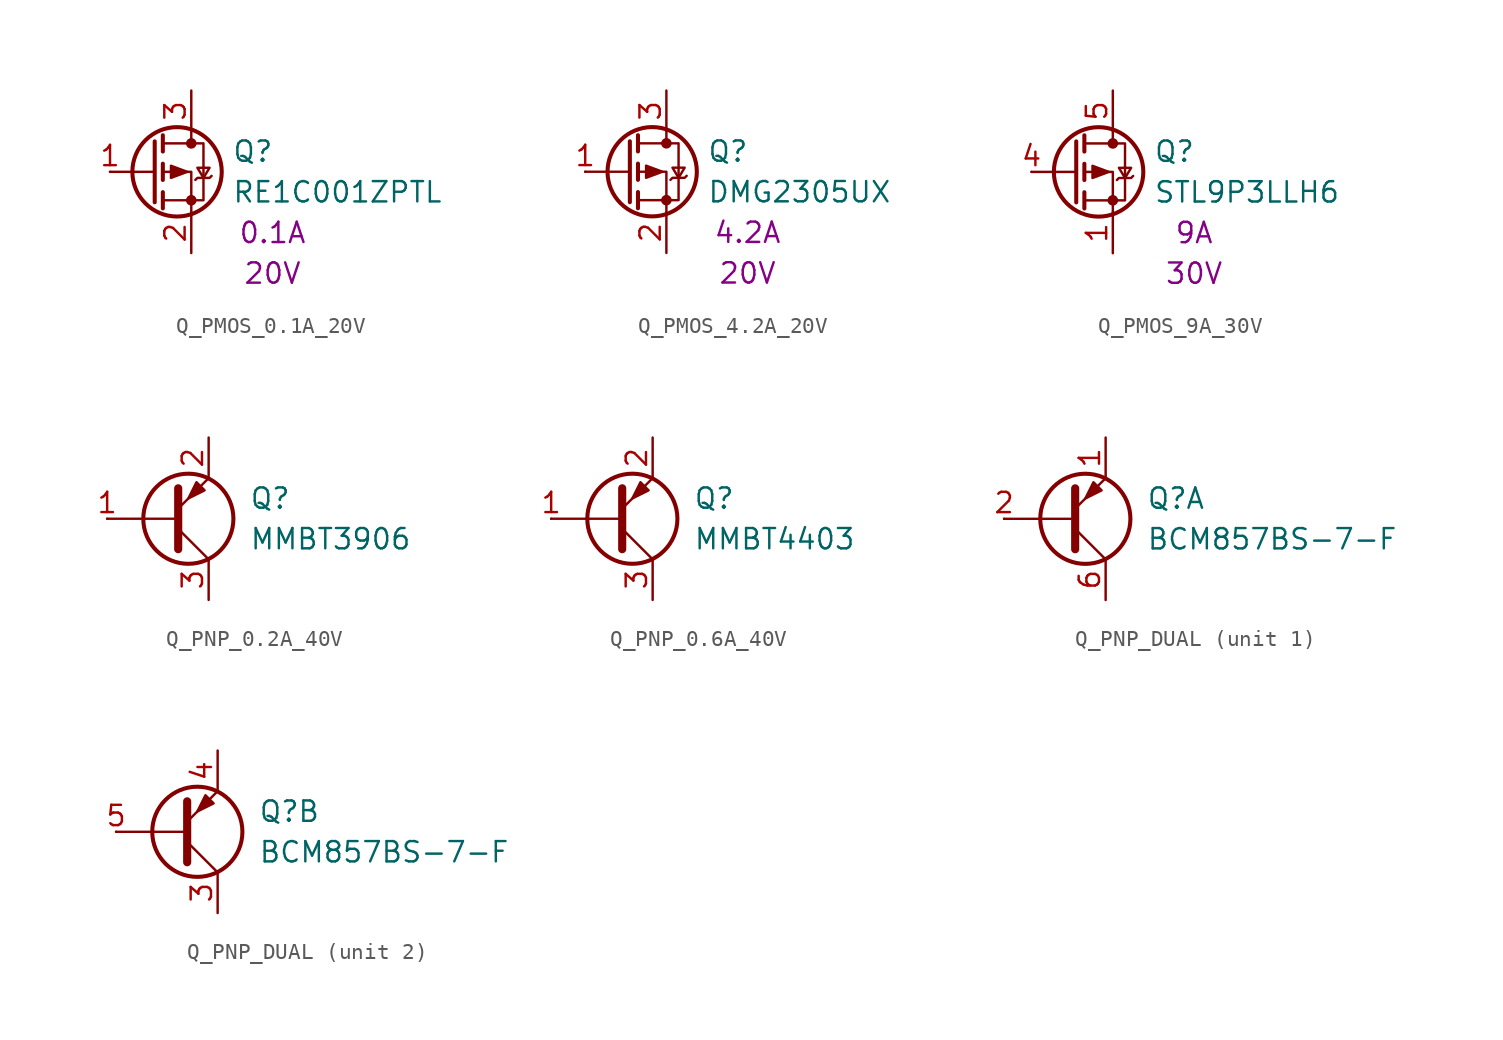
<source format=kicad_sym>
(kicad_symbol_lib
  (version 20231120)
  (generator "kicad_symbol_editor")
  (generator_version "8.0")
  (symbol "Q_PMOS_0.1A_20V"
    (pin_names
      (offset 0) hide)
    (property "Reference" "Q"
      (at 5.08 1.27 0)
      (effects (font (size 1.27 1.27)) (justify left)))
    (property "Value" "RE1C001ZPTL"
      (at 5.08 -1.27 0)
      (effects (font (size 1.27 1.27)) (justify left)))
    (property "IMax" "0.1A"
      (at 7.62 -3.81 0)
      (effects (font (size 1.27 1.27))))
    (property "VMax" "20V"
      (at 7.62 -6.35 0)
      (effects (font (size 1.27 1.27))))
    (symbol "Q_PMOS_0.1A_20V_0_1"
      (polyline (pts (xy 0.254 0) (xy -2.54 0)) (stroke (width 0) (type default)) (fill (type none)))
      (polyline (pts (xy 0.254 1.905) (xy 0.254 -1.905)) (stroke (width 0.254) (type default)) (fill (type none)))
      (polyline (pts (xy 0.762 -1.27) (xy 0.762 -2.286)) (stroke (width 0.254) (type default)) (fill (type none)))
      (polyline (pts (xy 0.762 0.508) (xy 0.762 -0.508)) (stroke (width 0.254) (type default)) (fill (type none)))
      (polyline (pts (xy 0.762 2.286) (xy 0.762 1.27)) (stroke (width 0.254) (type default)) (fill (type none)))
      (polyline (pts (xy 2.54 2.54) (xy 2.54 1.778)) (stroke (width 0) (type default)) (fill (type none)))
      (polyline (pts (xy 2.54 -2.54) (xy 2.54 0) (xy 0.762 0)) (stroke (width 0) (type default)) (fill (type none)))
      (polyline (pts (xy 0.762 1.778) (xy 3.302 1.778) (xy 3.302 -1.778) (xy 0.762 -1.778)) (stroke (width 0) (type default)) (fill (type none)))
      (polyline (pts (xy 2.286 0) (xy 1.27 0.381) (xy 1.27 -0.381) (xy 2.286 0)) (stroke (width 0) (type default)) (fill (type outline)))
      (polyline (pts (xy 2.794 -0.508) (xy 2.921 -0.381) (xy 3.683 -0.381) (xy 3.81 -0.254)) (stroke (width 0) (type default)) (fill (type none)))
      (polyline (pts (xy 3.302 -0.381) (xy 2.921 0.254) (xy 3.683 0.254) (xy 3.302 -0.381)) (stroke (width 0) (type default)) (fill (type none)))
      (circle (center 1.651 0) (radius 2.794) (stroke (width 0.254) (type default)) (fill (type none)))
      (circle (center 2.54 -1.778) (radius 0.254) (stroke (width 0) (type default)) (fill (type outline)))
      (circle (center 2.54 1.778) (radius 0.254) (stroke (width 0) (type default)) (fill (type outline))))
    (symbol "Q_PMOS_0.1A_20V_1_1"
      (pin input line (at -2.54 0 0) (length 0) (name "G" (effects (font (size 1.27 1.27)))) (number "1" (effects (font (size 1.27 1.27)))))
      (pin passive line (at 2.54 -5.08 90) (length 2.54) (name "S" (effects (font (size 1.27 1.27)))) (number "2" (effects (font (size 1.27 1.27)))))
      (pin passive line (at 2.54 5.08 270) (length 2.54) (name "D" (effects (font (size 1.27 1.27)))) (number "3" (effects (font (size 1.27 1.27)))))))
  (symbol "Q_PMOS_4.2A_20V"
    (pin_names
      (offset 0) hide)
    (property "Reference" "Q"
      (at 5.08 1.27 0)
      (effects (font (size 1.27 1.27)) (justify left)))
    (property "Value" "DMG2305UX"
      (at 5.08 -1.27 0)
      (effects (font (size 1.27 1.27)) (justify left)))
    (property "IMax" "4.2A"
      (at 7.62 -3.81 0)
      (effects (font (size 1.27 1.27))))
    (property "VMax" "20V"
      (at 7.62 -6.35 0)
      (effects (font (size 1.27 1.27))))
    (symbol "Q_PMOS_4.2A_20V_0_1"
      (polyline (pts (xy 0.254 0) (xy -2.54 0)) (stroke (width 0) (type default)) (fill (type none)))
      (polyline (pts (xy 0.254 1.905) (xy 0.254 -1.905)) (stroke (width 0.254) (type default)) (fill (type none)))
      (polyline (pts (xy 0.762 -1.27) (xy 0.762 -2.286)) (stroke (width 0.254) (type default)) (fill (type none)))
      (polyline (pts (xy 0.762 0.508) (xy 0.762 -0.508)) (stroke (width 0.254) (type default)) (fill (type none)))
      (polyline (pts (xy 0.762 2.286) (xy 0.762 1.27)) (stroke (width 0.254) (type default)) (fill (type none)))
      (polyline (pts (xy 2.54 2.54) (xy 2.54 1.778)) (stroke (width 0) (type default)) (fill (type none)))
      (polyline (pts (xy 2.54 -2.54) (xy 2.54 0) (xy 0.762 0)) (stroke (width 0) (type default)) (fill (type none)))
      (polyline (pts (xy 0.762 1.778) (xy 3.302 1.778) (xy 3.302 -1.778) (xy 0.762 -1.778)) (stroke (width 0) (type default)) (fill (type none)))
      (polyline (pts (xy 2.286 0) (xy 1.27 0.381) (xy 1.27 -0.381) (xy 2.286 0)) (stroke (width 0) (type default)) (fill (type outline)))
      (polyline (pts (xy 2.794 -0.508) (xy 2.921 -0.381) (xy 3.683 -0.381) (xy 3.81 -0.254)) (stroke (width 0) (type default)) (fill (type none)))
      (polyline (pts (xy 3.302 -0.381) (xy 2.921 0.254) (xy 3.683 0.254) (xy 3.302 -0.381)) (stroke (width 0) (type default)) (fill (type none)))
      (circle (center 1.651 0) (radius 2.794) (stroke (width 0.254) (type default)) (fill (type none)))
      (circle (center 2.54 -1.778) (radius 0.254) (stroke (width 0) (type default)) (fill (type outline)))
      (circle (center 2.54 1.778) (radius 0.254) (stroke (width 0) (type default)) (fill (type outline))))
    (symbol "Q_PMOS_4.2A_20V_1_1"
      (pin input line (at -2.54 0 0) (length 0) (name "G" (effects (font (size 1.27 1.27)))) (number "1" (effects (font (size 1.27 1.27)))))
      (pin passive line (at 2.54 -5.08 90) (length 2.54) (name "S" (effects (font (size 1.27 1.27)))) (number "2" (effects (font (size 1.27 1.27)))))
      (pin passive line (at 2.54 5.08 270) (length 2.54) (name "D" (effects (font (size 1.27 1.27)))) (number "3" (effects (font (size 1.27 1.27)))))))
  (symbol "Q_PMOS_9A_30V"
    (pin_names
      (offset 0) hide)
    (property "Reference" "Q"
      (at 5.08 1.27 0)
      (effects (font (size 1.27 1.27)) (justify left)))
    (property "Value" "STL9P3LLH6"
      (at 5.08 -1.27 0)
      (effects (font (size 1.27 1.27)) (justify left)))
    (property "IMax" "9A"
      (at 7.62 -3.81 0)
      (effects (font (size 1.27 1.27))))
    (property "VMax" "30V"
      (at 7.62 -6.35 0)
      (effects (font (size 1.27 1.27))))
    (symbol "Q_PMOS_9A_30V_0_1"
      (polyline (pts (xy 0.254 1.905) (xy 0.254 -1.905)) (stroke (width 0.254) (type default)) (fill (type none)))
      (polyline (pts (xy 0.762 -1.27) (xy 0.762 -2.286)) (stroke (width 0.254) (type default)) (fill (type none)))
      (polyline (pts (xy 0.762 0.508) (xy 0.762 -0.508)) (stroke (width 0.254) (type default)) (fill (type none)))
      (polyline (pts (xy 0.762 2.286) (xy 0.762 1.27)) (stroke (width 0.254) (type default)) (fill (type none)))
      (polyline (pts (xy 2.54 2.54) (xy 2.54 1.778)) (stroke (width 0) (type default)) (fill (type none)))
      (polyline (pts (xy 2.54 -2.54) (xy 2.54 0) (xy 0.762 0)) (stroke (width 0) (type default)) (fill (type none)))
      (polyline (pts (xy 0.762 1.778) (xy 3.302 1.778) (xy 3.302 -1.778) (xy 0.762 -1.778)) (stroke (width 0) (type default)) (fill (type none)))
      (polyline (pts (xy 2.286 0) (xy 1.27 0.381) (xy 1.27 -0.381) (xy 2.286 0)) (stroke (width 0) (type default)) (fill (type outline)))
      (polyline (pts (xy 2.794 -0.508) (xy 2.921 -0.381) (xy 3.683 -0.381) (xy 3.81 -0.254)) (stroke (width 0) (type default)) (fill (type none)))
      (polyline (pts (xy 3.302 -0.381) (xy 2.921 0.254) (xy 3.683 0.254) (xy 3.302 -0.381)) (stroke (width 0) (type default)) (fill (type none)))
      (circle (center 1.651 0) (radius 2.794) (stroke (width 0.254) (type default)) (fill (type none)))
      (circle (center 2.54 -1.778) (radius 0.254) (stroke (width 0) (type default)) (fill (type outline)))
      (circle (center 2.54 1.778) (radius 0.254) (stroke (width 0) (type default)) (fill (type outline))))
    (symbol "Q_PMOS_9A_30V_1_1"
      (polyline (pts (xy 0.254 0) (xy -2.54 0)) (stroke (width 0) (type default)) (fill (type none)))
      (pin passive line (at 2.54 -5.08 90) (length 2.54) (name "S" (effects (font (size 1.27 1.27)))) (number "1" (effects (font (size 1.27 1.27)))))
      (pin passive line (at 2.54 -5.08 90) (length 2.54) hide (name "S" (effects (font (size 1.27 1.27)))) (number "2" (effects (font (size 1.27 1.27)))))
      (pin passive line (at 2.54 -5.08 90) (length 2.54) hide (name "S" (effects (font (size 1.27 1.27)))) (number "3" (effects (font (size 1.27 1.27)))))
      (pin input line (at -2.54 0 0) (length 0) (name "G" (effects (font (size 1.27 1.27)))) (number "4" (effects (font (size 1.27 1.27)))))
      (pin passive line (at 2.54 5.08 270) (length 2.54) (name "D" (effects (font (size 1.27 1.27)))) (number "5" (effects (font (size 1.27 1.27)))))))
  (symbol "Q_PNP_0.2A_40V"
    (pin_names
      (offset 0) hide)
    (property "Reference" "Q"
      (at 5.08 1.27 0)
      (effects (font (size 1.27 1.27)) (justify left)))
    (property "Value" "MMBT3906"
      (at 5.08 -1.27 0)
      (effects (font (size 1.27 1.27)) (justify left)))
    (symbol "Q_PNP_0.2A_40V_0_1"
      (polyline (pts (xy 0.635 -0.635) (xy 2.54 -2.54)) (stroke (width 0) (type default)) (fill (type none)))
      (polyline (pts (xy 0.635 -1.905) (xy 0.635 1.905) (xy 0.635 1.905)) (stroke (width 0.508) (type default)) (fill (type none)))
      (polyline (pts (xy 0.635 0.635) (xy 2.54 2.54) (xy 2.54 2.54)) (stroke (width 0) (type default)) (fill (type none)))
      (polyline (pts (xy 2.286 1.778) (xy 1.778 2.286) (xy 1.27 1.27) (xy 2.286 1.778) (xy 2.286 1.778)) (stroke (width 0) (type default)) (fill (type outline)))
      (circle (center 1.27 0) (radius 2.819) (stroke (width 0.254) (type default)) (fill (type none))))
    (symbol "Q_PNP_0.2A_40V_1_1"
      (polyline (pts (xy -3.81 0) (xy 0.635 0)) (stroke (width 0) (type default)) (fill (type none)))
      (pin input line (at -3.81 0 0) (length 0) (name "B" (effects (font (size 1.27 1.27)))) (number "1" (effects (font (size 1.27 1.27)))))
      (pin passive line (at 2.54 5.08 270) (length 2.54) (name "E" (effects (font (size 1.27 1.27)))) (number "2" (effects (font (size 1.27 1.27)))))
      (pin passive line (at 2.54 -5.08 90) (length 2.54) (name "C" (effects (font (size 1.27 1.27)))) (number "3" (effects (font (size 1.27 1.27)))))))
  (symbol "Q_PNP_0.6A_40V"
    (pin_names
      (offset 0) hide)
    (property "Reference" "Q"
      (at 5.08 1.27 0)
      (effects (font (size 1.27 1.27)) (justify left)))
    (property "Value" "MMBT4403"
      (at 5.08 -1.27 0)
      (effects (font (size 1.27 1.27)) (justify left)))
    (symbol "Q_PNP_0.6A_40V_0_1"
      (polyline (pts (xy 0.635 -0.635) (xy 2.54 -2.54)) (stroke (width 0) (type default)) (fill (type none)))
      (polyline (pts (xy 0.635 -1.905) (xy 0.635 1.905) (xy 0.635 1.905)) (stroke (width 0.508) (type default)) (fill (type none)))
      (polyline (pts (xy 0.635 0.635) (xy 2.54 2.54) (xy 2.54 2.54)) (stroke (width 0) (type default)) (fill (type none)))
      (polyline (pts (xy 2.286 1.778) (xy 1.778 2.286) (xy 1.27 1.27) (xy 2.286 1.778) (xy 2.286 1.778)) (stroke (width 0) (type default)) (fill (type outline)))
      (circle (center 1.27 0) (radius 2.819) (stroke (width 0.254) (type default)) (fill (type none))))
    (symbol "Q_PNP_0.6A_40V_1_1"
      (polyline (pts (xy -3.81 0) (xy 0.635 0)) (stroke (width 0) (type default)) (fill (type none)))
      (pin input line (at -3.81 0 0) (length 0) (name "B" (effects (font (size 1.27 1.27)))) (number "1" (effects (font (size 1.27 1.27)))))
      (pin passive line (at 2.54 5.08 270) (length 2.54) (name "E" (effects (font (size 1.27 1.27)))) (number "2" (effects (font (size 1.27 1.27)))))
      (pin passive line (at 2.54 -5.08 90) (length 2.54) (name "C" (effects (font (size 1.27 1.27)))) (number "3" (effects (font (size 1.27 1.27)))))))
  (symbol "Q_PNP_DUAL"
    (pin_names
      (offset 0) hide)
    (property "Reference" "Q"
      (at 5.08 1.27 0)
      (effects (font (size 1.27 1.27)) (justify left)))
    (property "Value" "BCM857BS-7-F"
      (at 5.08 -1.27 0)
      (effects (font (size 1.27 1.27)) (justify left)))
    (property "ki_locked" ""
      (at 0 0 0)
      (effects (font (size 1.27 1.27))))
    (symbol "Q_PNP_DUAL_0_1"
      (polyline (pts (xy 0.635 -0.635) (xy 2.54 -2.54)) (stroke (width 0) (type default)) (fill (type none)))
      (polyline (pts (xy 0.635 -1.905) (xy 0.635 1.905) (xy 0.635 1.905)) (stroke (width 0.508) (type default)) (fill (type none)))
      (polyline (pts (xy 0.635 0.635) (xy 2.54 2.54) (xy 2.54 2.54)) (stroke (width 0) (type default)) (fill (type none)))
      (polyline (pts (xy 2.286 1.778) (xy 1.778 2.286) (xy 1.27 1.27) (xy 2.286 1.778) (xy 2.286 1.778)) (stroke (width 0) (type default)) (fill (type outline)))
      (circle (center 1.27 0) (radius 2.819) (stroke (width 0.254) (type default)) (fill (type none))))
    (symbol "Q_PNP_DUAL_1_1"
      (polyline (pts (xy -3.81 0) (xy 0.635 0)) (stroke (width 0) (type default)) (fill (type none)))
      (pin passive line (at 2.54 5.08 270) (length 2.54) (name "E" (effects (font (size 1.27 1.27)))) (number "1" (effects (font (size 1.27 1.27)))))
      (pin input line (at -3.81 0 0) (length 0) (name "B" (effects (font (size 1.27 1.27)))) (number "2" (effects (font (size 1.27 1.27)))))
      (pin passive line (at 2.54 -5.08 90) (length 2.54) (name "C" (effects (font (size 1.27 1.27)))) (number "6" (effects (font (size 1.27 1.27))))))
    (symbol "Q_PNP_DUAL_2_1"
      (polyline (pts (xy -3.81 0) (xy 0.635 0)) (stroke (width 0) (type default)) (fill (type none)))
      (pin passive line (at 2.54 -5.08 90) (length 2.54) (name "C" (effects (font (size 1.27 1.27)))) (number "3" (effects (font (size 1.27 1.27)))))
      (pin passive line (at 2.54 5.08 270) (length 2.54) (name "E" (effects (font (size 1.27 1.27)))) (number "4" (effects (font (size 1.27 1.27)))))
      (pin input line (at -3.81 0 0) (length 0) (name "B" (effects (font (size 1.27 1.27)))) (number "5" (effects (font (size 1.27 1.27))))))))
</source>
